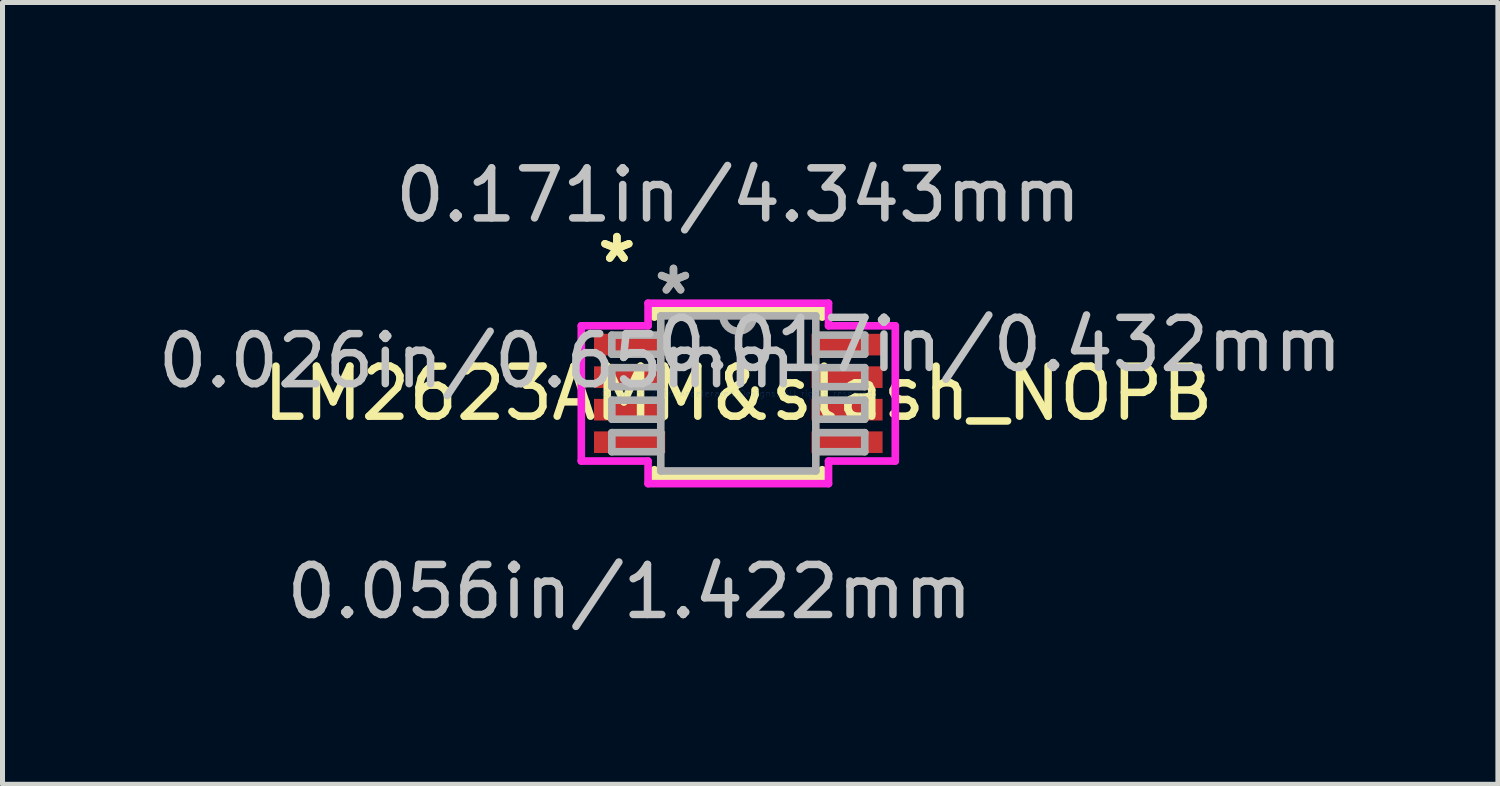
<source format=kicad_pcb>
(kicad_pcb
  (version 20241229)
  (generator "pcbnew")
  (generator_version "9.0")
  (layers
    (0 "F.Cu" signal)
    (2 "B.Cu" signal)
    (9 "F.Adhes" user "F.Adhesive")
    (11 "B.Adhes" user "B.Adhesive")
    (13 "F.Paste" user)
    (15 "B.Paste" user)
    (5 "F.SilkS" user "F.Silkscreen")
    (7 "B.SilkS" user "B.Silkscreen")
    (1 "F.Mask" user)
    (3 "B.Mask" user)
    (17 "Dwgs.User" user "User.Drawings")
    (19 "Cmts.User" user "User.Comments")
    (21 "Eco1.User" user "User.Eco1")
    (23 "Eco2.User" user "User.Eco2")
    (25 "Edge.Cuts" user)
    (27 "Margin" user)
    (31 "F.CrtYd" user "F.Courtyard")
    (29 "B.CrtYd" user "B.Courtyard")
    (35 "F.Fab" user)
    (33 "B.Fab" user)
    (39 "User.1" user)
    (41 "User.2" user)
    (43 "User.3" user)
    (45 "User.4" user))
  (footprint "LM2623AMM&slash_NOPB"
    (layer "F.Cu")
    (at 11.702 4.811)
    (property "Reference" "LM2623AMM&slash_NOPB" (at 0 0 0) (layer "F.SilkS") (effects (font (size 1 1) (thickness 0.15))))
    (attr through_hole)
    (fp_line (start -1.676 -1.676) (end -1.676 -1.524) (stroke (width 0.152) (type solid)) (layer "F.SilkS"))
    (fp_line (start -1.676 1.524) (end -1.676 1.676) (stroke (width 0.152) (type solid)) (layer "F.SilkS"))
    (fp_line (start -1.676 1.676) (end 1.676 1.676) (stroke (width 0.152) (type solid)) (layer "F.SilkS"))
    (fp_line (start 1.676 -1.676) (end -1.676 -1.676) (stroke (width 0.152) (type solid)) (layer "F.SilkS"))
    (fp_line (start 1.676 -1.524) (end 1.676 -1.676) (stroke (width 0.152) (type solid)) (layer "F.SilkS"))
    (fp_line (start 1.676 1.676) (end 1.676 1.524) (stroke (width 0.152) (type solid)) (layer "F.SilkS"))
    (fp_line (start -3.137 -1.351) (end -1.803 -1.351) (stroke (width 0.152) (type solid)) (layer "F.CrtYd"))
    (fp_line (start -3.137 1.351) (end -3.137 -1.351) (stroke (width 0.152) (type solid)) (layer "F.CrtYd"))
    (fp_line (start -1.803 -1.803) (end 1.803 -1.803) (stroke (width 0.152) (type solid)) (layer "F.CrtYd"))
    (fp_line (start -1.803 -1.351) (end -1.803 -1.803) (stroke (width 0.152) (type solid)) (layer "F.CrtYd"))
    (fp_line (start -1.803 1.351) (end -3.137 1.351) (stroke (width 0.152) (type solid)) (layer "F.CrtYd"))
    (fp_line (start -1.803 1.803) (end -1.803 1.351) (stroke (width 0.152) (type solid)) (layer "F.CrtYd"))
    (fp_line (start 1.803 -1.803) (end 1.803 -1.351) (stroke (width 0.152) (type solid)) (layer "F.CrtYd"))
    (fp_line (start 1.803 -1.351) (end 3.137 -1.351) (stroke (width 0.152) (type solid)) (layer "F.CrtYd"))
    (fp_line (start 1.803 1.351) (end 1.803 1.803) (stroke (width 0.152) (type solid)) (layer "F.CrtYd"))
    (fp_line (start 1.803 1.803) (end -1.803 1.803) (stroke (width 0.152) (type solid)) (layer "F.CrtYd"))
    (fp_line (start 3.137 -1.351) (end 3.137 1.351) (stroke (width 0.152) (type solid)) (layer "F.CrtYd"))
    (fp_line (start 3.137 1.351) (end 1.803 1.351) (stroke (width 0.152) (type solid)) (layer "F.CrtYd"))
    (fp_line (start -2.527 -1.165) (end -2.527 -0.784) (stroke (width 0.152) (type solid)) (layer "F.Fab"))
    (fp_line (start -2.527 -0.784) (end -1.549 -0.784) (stroke (width 0.152) (type solid)) (layer "F.Fab"))
    (fp_line (start -2.527 -0.515) (end -2.527 -0.135) (stroke (width 0.152) (type solid)) (layer "F.Fab"))
    (fp_line (start -2.527 -0.135) (end -1.549 -0.135) (stroke (width 0.152) (type solid)) (layer "F.Fab"))
    (fp_line (start -2.527 0.135) (end -2.527 0.515) (stroke (width 0.152) (type solid)) (layer "F.Fab"))
    (fp_line (start -2.527 0.515) (end -1.549 0.515) (stroke (width 0.152) (type solid)) (layer "F.Fab"))
    (fp_line (start -2.527 0.784) (end -2.527 1.165) (stroke (width 0.152) (type solid)) (layer "F.Fab"))
    (fp_line (start -2.527 1.165) (end -1.549 1.165) (stroke (width 0.152) (type solid)) (layer "F.Fab"))
    (fp_line (start -1.549 -1.549) (end -1.549 1.549) (stroke (width 0.152) (type solid)) (layer "F.Fab"))
    (fp_line (start -1.549 -1.165) (end -2.527 -1.165) (stroke (width 0.152) (type solid)) (layer "F.Fab"))
    (fp_line (start -1.549 -0.784) (end -1.549 -1.165) (stroke (width 0.152) (type solid)) (layer "F.Fab"))
    (fp_line (start -1.549 -0.515) (end -2.527 -0.515) (stroke (width 0.152) (type solid)) (layer "F.Fab"))
    (fp_line (start -1.549 -0.135) (end -1.549 -0.515) (stroke (width 0.152) (type solid)) (layer "F.Fab"))
    (fp_line (start -1.549 0.135) (end -2.527 0.135) (stroke (width 0.152) (type solid)) (layer "F.Fab"))
    (fp_line (start -1.549 0.515) (end -1.549 0.135) (stroke (width 0.152) (type solid)) (layer "F.Fab"))
    (fp_line (start -1.549 0.784) (end -2.527 0.784) (stroke (width 0.152) (type solid)) (layer "F.Fab"))
    (fp_line (start -1.549 1.165) (end -1.549 0.784) (stroke (width 0.152) (type solid)) (layer "F.Fab"))
    (fp_line (start -1.549 1.549) (end 1.549 1.549) (stroke (width 0.152) (type solid)) (layer "F.Fab"))
    (fp_line (start 1.549 -1.549) (end -1.549 -1.549) (stroke (width 0.152) (type solid)) (layer "F.Fab"))
    (fp_line (start 1.549 -1.165) (end 1.549 -0.784) (stroke (width 0.152) (type solid)) (layer "F.Fab"))
    (fp_line (start 1.549 -0.784) (end 2.527 -0.784) (stroke (width 0.152) (type solid)) (layer "F.Fab"))
    (fp_line (start 1.549 -0.515) (end 1.549 -0.135) (stroke (width 0.152) (type solid)) (layer "F.Fab"))
    (fp_line (start 1.549 -0.135) (end 2.527 -0.135) (stroke (width 0.152) (type solid)) (layer "F.Fab"))
    (fp_line (start 1.549 0.135) (end 1.549 0.515) (stroke (width 0.152) (type solid)) (layer "F.Fab"))
    (fp_line (start 1.549 0.515) (end 2.527 0.515) (stroke (width 0.152) (type solid)) (layer "F.Fab"))
    (fp_line (start 1.549 0.784) (end 1.549 1.165) (stroke (width 0.152) (type solid)) (layer "F.Fab"))
    (fp_line (start 1.549 1.165) (end 2.527 1.165) (stroke (width 0.152) (type solid)) (layer "F.Fab"))
    (fp_line (start 1.549 1.549) (end 1.549 -1.549) (stroke (width 0.152) (type solid)) (layer "F.Fab"))
    (fp_line (start 2.527 -1.165) (end 1.549 -1.165) (stroke (width 0.152) (type solid)) (layer "F.Fab"))
    (fp_line (start 2.527 -0.784) (end 2.527 -1.165) (stroke (width 0.152) (type solid)) (layer "F.Fab"))
    (fp_line (start 2.527 -0.515) (end 1.549 -0.515) (stroke (width 0.152) (type solid)) (layer "F.Fab"))
    (fp_line (start 2.527 -0.135) (end 2.527 -0.515) (stroke (width 0.152) (type solid)) (layer "F.Fab"))
    (fp_line (start 2.527 0.135) (end 1.549 0.135) (stroke (width 0.152) (type solid)) (layer "F.Fab"))
    (fp_line (start 2.527 0.515) (end 2.527 0.135) (stroke (width 0.152) (type solid)) (layer "F.Fab"))
    (fp_line (start 2.527 0.784) (end 1.549 0.784) (stroke (width 0.152) (type solid)) (layer "F.Fab"))
    (fp_line (start 2.527 1.165) (end 2.527 0.784) (stroke (width 0.152) (type solid)) (layer "F.Fab"))
    (fp_arc (start 0.3048 -1.5494) (mid 0 -1.2446) (end -0.3048 -1.5494) (stroke (width 0.1524) (type solid)) (layer "F.Fab"))
    (fp_text user "*" (at -2.426 -2.588 0) (layer "F.SilkS") (effects (font (size 1 1) (thickness 0.15))))
    (fp_text user "*" (at -2.426 -2.588 0) (layer "F.SilkS") (effects (font (size 1 1) (thickness 0.15))))
    (fp_text user "0.017in/0.432mm" (at 5.22 -0.975 0) (layer "Dwgs.User") (effects (font (size 1 1) (thickness 0.15))))
    (fp_text user "0.026in/0.65mm" (at -5.22 -0.65 0) (layer "Dwgs.User") (effects (font (size 1 1) (thickness 0.15))))
    (fp_text user "0.171in/4.343mm" (at 0 -3.962 0) (layer "Dwgs.User") (effects (font (size 1 1) (thickness 0.15))))
    (fp_text user "0.056in/1.422mm" (at -2.172 3.962 0) (layer "Dwgs.User") (effects (font (size 1 1) (thickness 0.15))))
    (fp_text user "Copyright 2016 Accelerated Designs. All rights reserved." (at 0 0 0) (layer "Cmts.User") (effects (font (size 0.127 0.127) (thickness 0.002))))
    (fp_text user "*" (at -1.295 -1.953 0) (layer "F.Fab") (effects (font (size 1 1) (thickness 0.15))))
    (fp_text user "*" (at -1.295 -1.953 0) (layer "F.Fab") (effects (font (size 1 1) (thickness 0.15))))
    (pad "1" smd rect (at -2.172 -0.975) (size 1.422 0.432) (layers "F.Cu" "F.Mask" "F.Paste"))
    (pad "2" smd rect (at -2.172 -0.325) (size 1.422 0.432) (layers "F.Cu" "F.Mask" "F.Paste"))
    (pad "3" smd rect (at -2.172 0.325) (size 1.422 0.432) (layers "F.Cu" "F.Mask" "F.Paste"))
    (pad "4" smd rect (at -2.172 0.975) (size 1.422 0.432) (layers "F.Cu" "F.Mask" "F.Paste"))
    (pad "5" smd rect (at 2.172 0.975) (size 1.422 0.432) (layers "F.Cu" "F.Mask" "F.Paste"))
    (pad "6" smd rect (at 2.172 0.325) (size 1.422 0.432) (layers "F.Cu" "F.Mask" "F.Paste"))
    (pad "7" smd rect (at 2.172 -0.325) (size 1.422 0.432) (layers "F.Cu" "F.Mask" "F.Paste"))
    (pad "8" smd rect (at 2.172 -0.975) (size 1.422 0.432) (layers "F.Cu" "F.Mask" "F.Paste")))
  (gr_rect
    (start -3 -3)
    (end 26.88 12.621)
    (stroke (width 0.1) (type default))
    (fill no)
    (layer "Edge.Cuts")))
</source>
